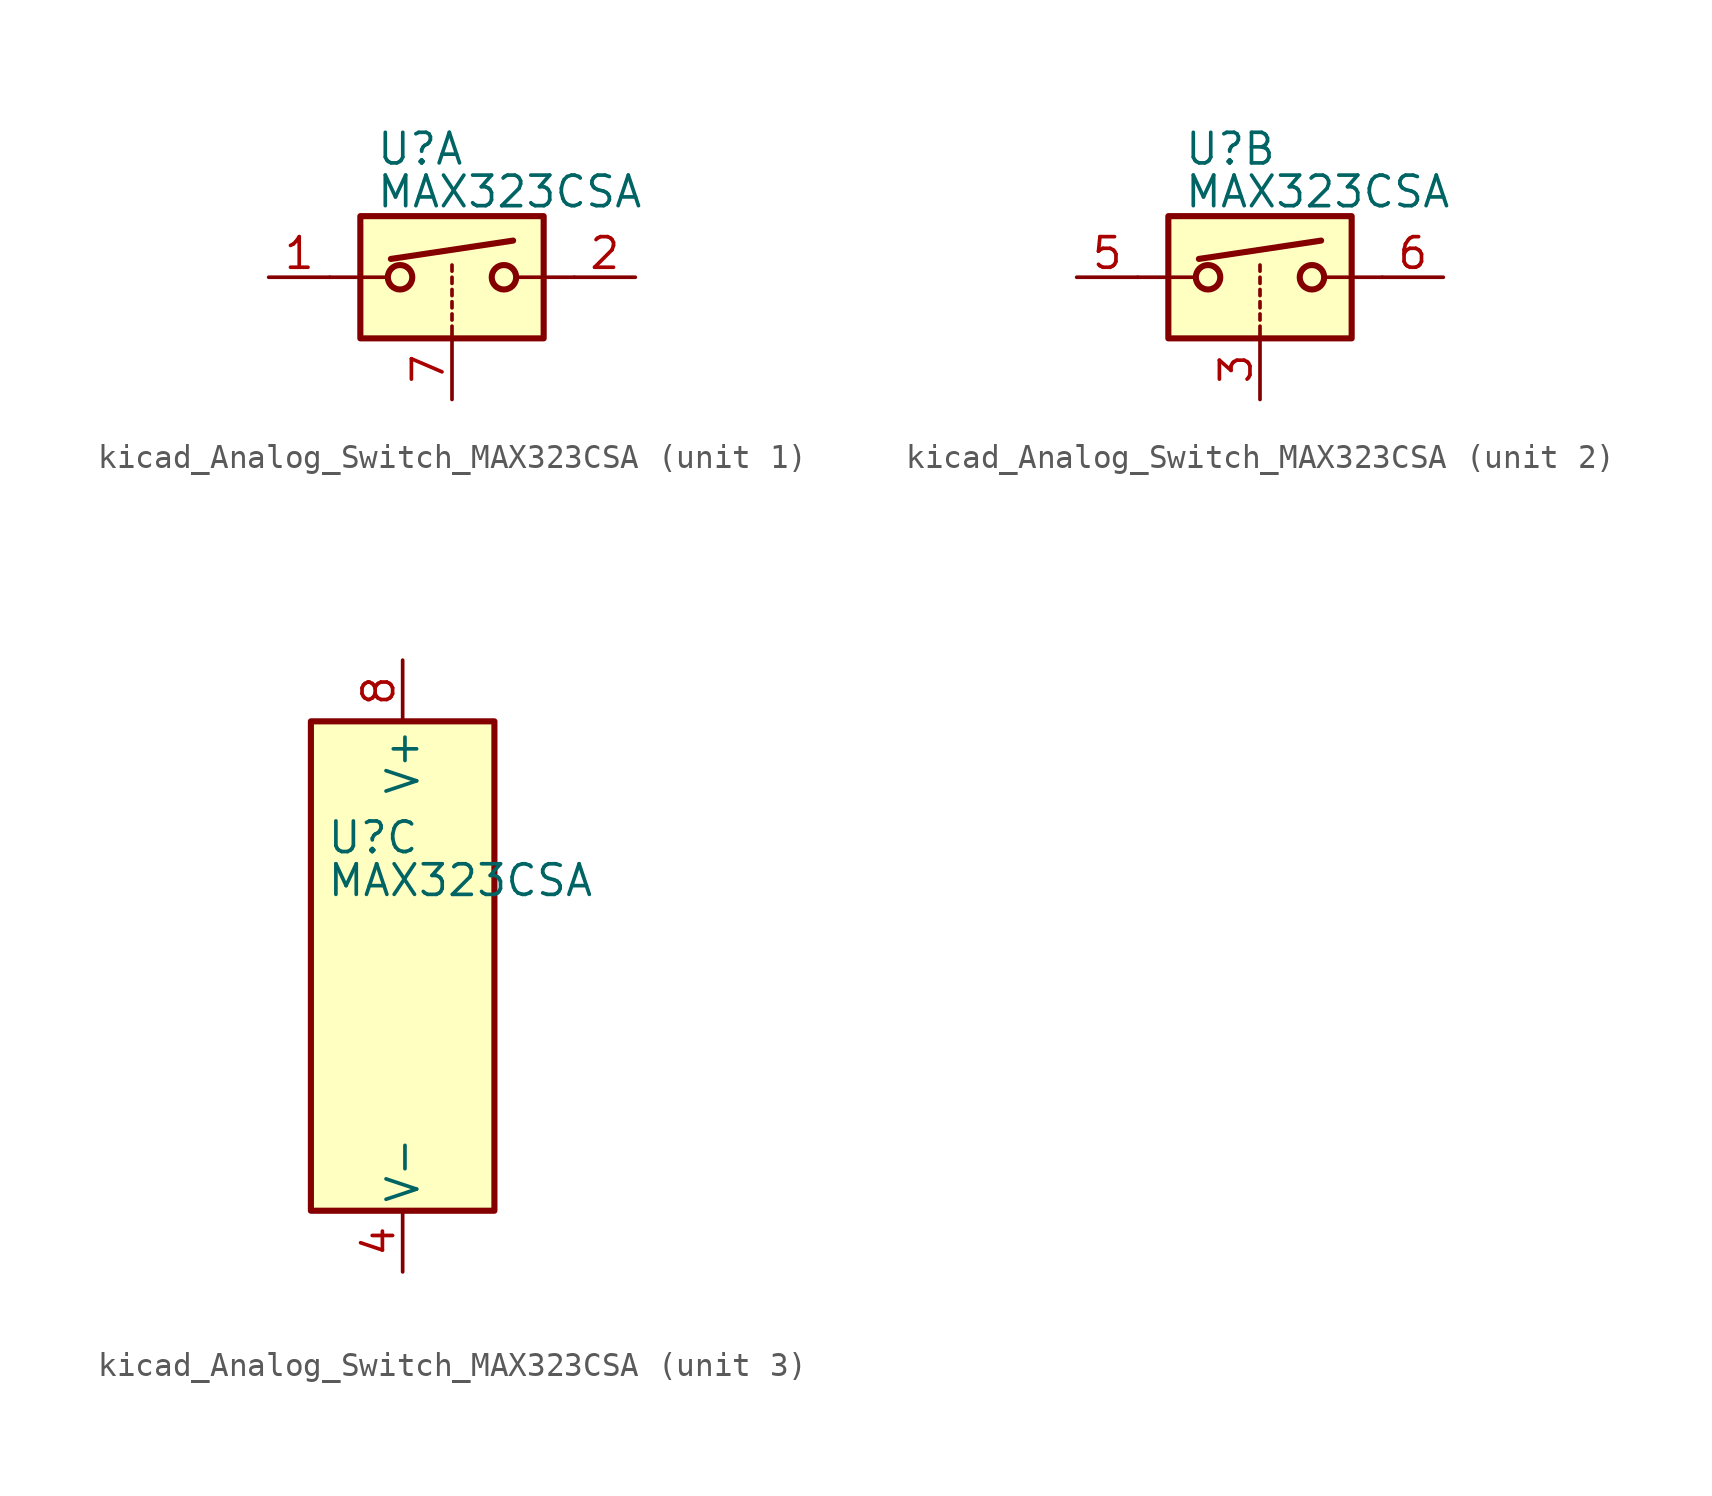
<source format=kicad_sym>
(kicad_symbol_lib
  (version 20220914)
  (generator kicad_symbol_editor)
  (symbol "kicad_Analog_Switch_MAX323CSA"
    (pin_names
      (offset 0.254))
    (property "Reference" "U"
      (at -3.175 5.334 0)
      (effects (font (size 1.27 1.27)) (justify left)))
    (property "Value" "MAX323CSA"
      (at -3.175 3.556 0)
      (effects (font (size 1.27 1.27)) (justify left)))
    (symbol "kicad_Analog_Switch_MAX323CSA_1_1"
      (rectangle (start -3.81 2.54) (end 3.81 -2.54) (stroke (width 0.254) (type default)) (fill (type background)))
      (circle (center -2.159 0) (radius 0.508) (stroke (width 0.254) (type default)) (fill (type none)))
      (polyline (pts (xy -5.08 0) (xy -2.794 0)) (stroke (width 0) (type default)) (fill (type none)))
      (polyline (pts (xy -2.54 0.762) (xy 2.54 1.524)) (stroke (width 0.254) (type default)) (fill (type none)))
      (polyline (pts (xy 0 -2.54) (xy 0 -2.032)) (stroke (width 0) (type default)) (fill (type none)))
      (polyline (pts (xy 0 -1.778) (xy 0 -1.524)) (stroke (width 0) (type default)) (fill (type none)))
      (polyline (pts (xy 0 -1.27) (xy 0 -1.016)) (stroke (width 0) (type default)) (fill (type none)))
      (polyline (pts (xy 0 -0.762) (xy 0 -0.508)) (stroke (width 0) (type default)) (fill (type none)))
      (polyline (pts (xy 0 -0.254) (xy 0 0)) (stroke (width 0) (type default)) (fill (type none)))
      (polyline (pts (xy 0 0.254) (xy 0 0.508)) (stroke (width 0) (type default)) (fill (type none)))
      (polyline (pts (xy 5.08 0) (xy 2.794 0)) (stroke (width 0) (type default)) (fill (type none)))
      (circle (center 2.159 0) (radius 0.508) (stroke (width 0.254) (type default)) (fill (type none)))
      (pin passive line (at -7.62 0 0) (length 2.54) (name "~" (effects (font (size 1.27 1.27)))) (number "1" (effects (font (size 1.27 1.27)))))
      (pin passive line (at 7.62 0 180) (length 2.54) (name "~" (effects (font (size 1.27 1.27)))) (number "2" (effects (font (size 1.27 1.27)))))
      (pin input line (at 0 -5.08 90) (length 2.54) (name "~" (effects (font (size 1.27 1.27)))) (number "7" (effects (font (size 1.27 1.27))))))
    (symbol "kicad_Analog_Switch_MAX323CSA_2_1"
      (rectangle (start -3.81 2.54) (end 3.81 -2.54) (stroke (width 0.254) (type default)) (fill (type background)))
      (circle (center -2.159 0) (radius 0.508) (stroke (width 0.254) (type default)) (fill (type none)))
      (polyline (pts (xy -5.08 0) (xy -2.794 0)) (stroke (width 0) (type default)) (fill (type none)))
      (polyline (pts (xy -2.54 0.762) (xy 2.54 1.524)) (stroke (width 0.254) (type default)) (fill (type none)))
      (polyline (pts (xy 0 -2.54) (xy 0 -2.032)) (stroke (width 0) (type default)) (fill (type none)))
      (polyline (pts (xy 0 -1.778) (xy 0 -1.524)) (stroke (width 0) (type default)) (fill (type none)))
      (polyline (pts (xy 0 -1.27) (xy 0 -1.016)) (stroke (width 0) (type default)) (fill (type none)))
      (polyline (pts (xy 0 -0.762) (xy 0 -0.508)) (stroke (width 0) (type default)) (fill (type none)))
      (polyline (pts (xy 0 -0.254) (xy 0 0)) (stroke (width 0) (type default)) (fill (type none)))
      (polyline (pts (xy 0 0.254) (xy 0 0.508)) (stroke (width 0) (type default)) (fill (type none)))
      (polyline (pts (xy 5.08 0) (xy 2.794 0)) (stroke (width 0) (type default)) (fill (type none)))
      (circle (center 2.159 0) (radius 0.508) (stroke (width 0.254) (type default)) (fill (type none)))
      (pin input line (at 0 -5.08 90) (length 2.54) (name "~" (effects (font (size 1.27 1.27)))) (number "3" (effects (font (size 1.27 1.27)))))
      (pin passive line (at -7.62 0 0) (length 2.54) (name "~" (effects (font (size 1.27 1.27)))) (number "5" (effects (font (size 1.27 1.27)))))
      (pin passive line (at 7.62 0 180) (length 2.54) (name "~" (effects (font (size 1.27 1.27)))) (number "6" (effects (font (size 1.27 1.27))))))
    (symbol "kicad_Analog_Switch_MAX323CSA_3_0"
      (pin power_in line (at 0 -12.7 90) (length 2.54) (name "V-" (effects (font (size 1.27 1.27)))) (number "4" (effects (font (size 1.27 1.27)))))
      (pin power_in line (at 0 12.7 270) (length 2.54) (name "V+" (effects (font (size 1.27 1.27)))) (number "8" (effects (font (size 1.27 1.27))))))
    (symbol "kicad_Analog_Switch_MAX323CSA_3_1"
      (rectangle (start -3.81 10.16) (end 3.81 -10.16) (stroke (width 0.254) (type default)) (fill (type background))))))
</source>
